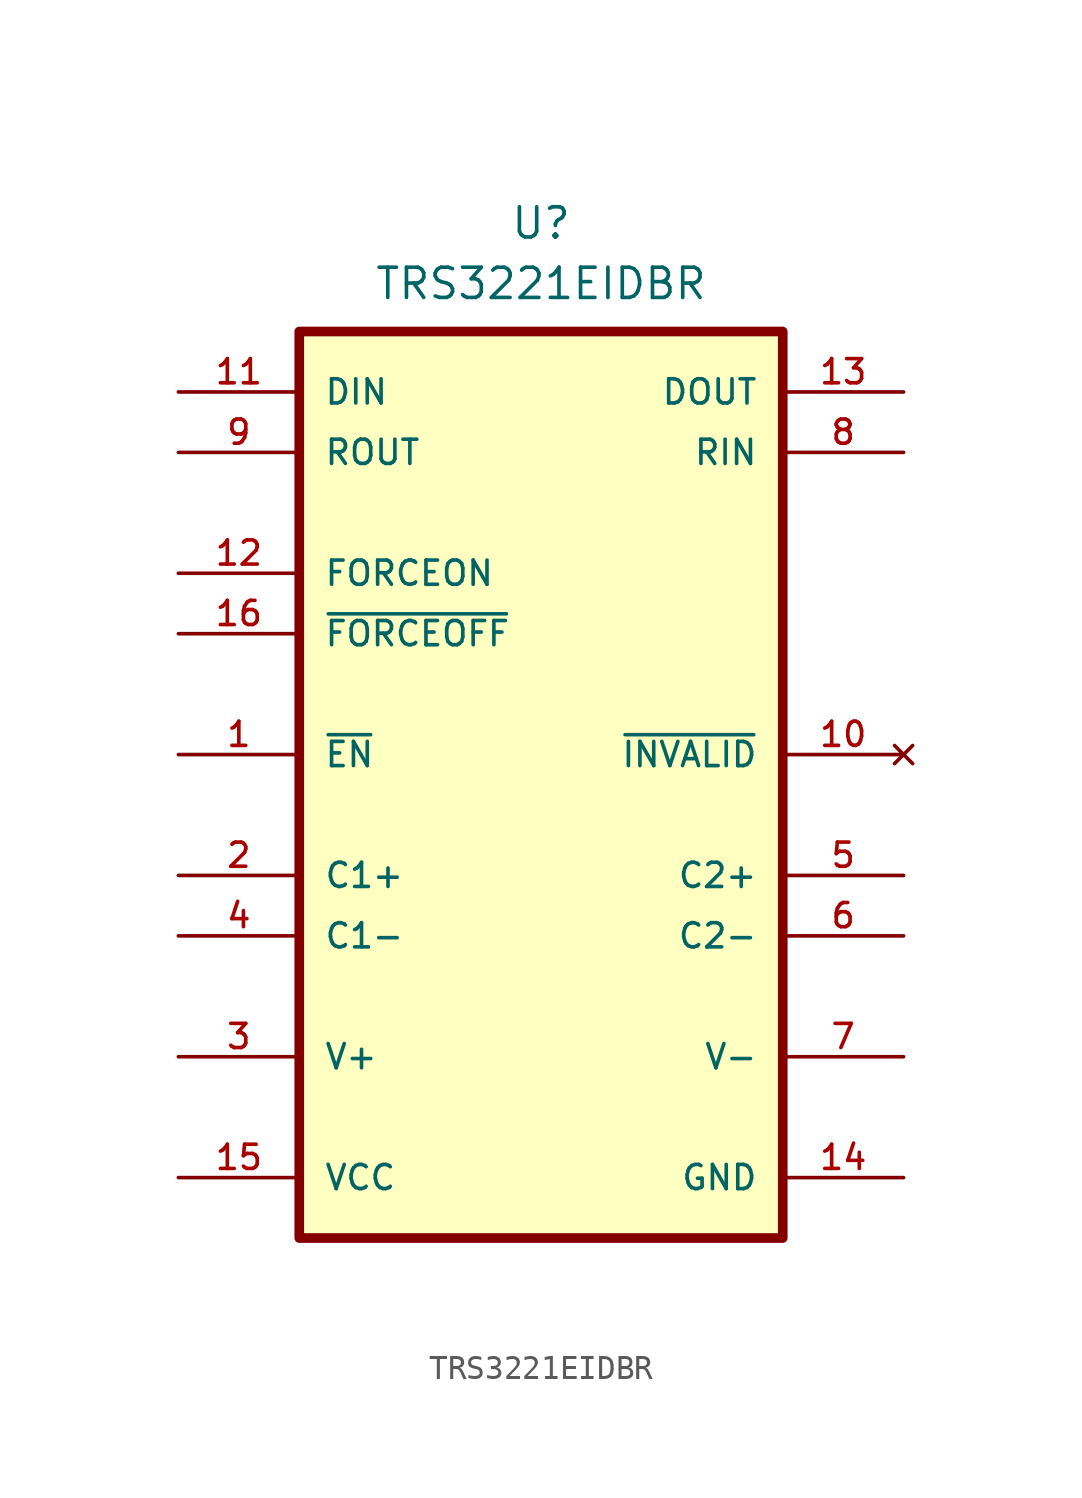
<source format=kicad_sym>
(kicad_symbol_lib
  (version 20241209)
  (generator "kicad_symbol_editor")
  (generator_version "9.0")
  (symbol "TRS3221EIDBR"
    (pin_names
      (offset 1.016))
    (property "Reference" "U"
      (at 15.24 6.35 0)
      (effects (font (size 1.27 1.27)) (justify bottom)))
    (property "Value" "TRS3221EIDBR"
      (at 15.24 3.81 0)
      (effects (font (size 1.27 1.27)) (justify bottom)))
    (symbol "TRS3221EIDBR_0_0"
      (rectangle (start 5.08 2.54) (end 25.4 -35.56) (stroke (width 0.406) (type default)) (fill (type background)))
      (pin input line (at 0 0 0) (length 5.08) (name "DIN" (effects (font (size 1.016 1.016)))) (number "11" (effects (font (size 1.016 1.016)))))
      (pin output line (at 0 -2.54 0) (length 5.08) (name "ROUT" (effects (font (size 1.016 1.016)))) (number "9" (effects (font (size 1.016 1.016)))))
      (pin input line (at 0 -7.62 0) (length 5.08) (name "FORCEON" (effects (font (size 1.016 1.016)))) (number "12" (effects (font (size 1.016 1.016)))))
      (pin input line (at 0 -20.32 0) (length 5.08) (name "C1+" (effects (font (size 1.016 1.016)))) (number "2" (effects (font (size 1.016 1.016)))))
      (pin input line (at 0 -22.86 0) (length 5.08) (name "C1-" (effects (font (size 1.016 1.016)))) (number "4" (effects (font (size 1.016 1.016)))))
      (pin input line (at 0 -27.94 0) (length 5.08) (name "V+" (effects (font (size 1.016 1.016)))) (number "3" (effects (font (size 1.016 1.016)))))
      (pin power_in line (at 0 -33.02 0) (length 5.08) (name "VCC" (effects (font (size 1.016 1.016)))) (number "15" (effects (font (size 1.016 1.016)))))
      (pin output line (at 30.48 0 180) (length 5.08) (name "DOUT" (effects (font (size 1.016 1.016)))) (number "13" (effects (font (size 1.016 1.016)))))
      (pin input line (at 30.48 -2.54 180) (length 5.08) (name "RIN" (effects (font (size 1.016 1.016)))) (number "8" (effects (font (size 1.016 1.016)))))
      (pin input line (at 30.48 -20.32 180) (length 5.08) (name "C2+" (effects (font (size 1.016 1.016)))) (number "5" (effects (font (size 1.016 1.016)))))
      (pin input line (at 30.48 -22.86 180) (length 5.08) (name "C2-" (effects (font (size 1.016 1.016)))) (number "6" (effects (font (size 1.016 1.016)))))
      (pin power_in line (at 30.48 -27.94 180) (length 5.08) (name "V-" (effects (font (size 1.016 1.016)))) (number "7" (effects (font (size 1.016 1.016)))))
      (pin passive line (at 30.48 -33.02 180) (length 5.08) (name "GND" (effects (font (size 1.016 1.016)))) (number "14" (effects (font (size 1.016 1.016))))))
    (symbol "TRS3221EIDBR_1_0"
      (pin input line (at 0 -10.16 0) (length 5.08) (name "~{FORCEOFF}" (effects (font (size 1.016 1.016)))) (number "16" (effects (font (size 1.016 1.016)))))
      (pin input line (at 0 -15.24 0) (length 5.08) (name "~{EN}" (effects (font (size 1.016 1.016)))) (number "1" (effects (font (size 1.016 1.016)))))
      (pin no_connect line (at 30.48 -15.24 180) (length 5.08) (name "~{INVALID}" (effects (font (size 1.016 1.016)))) (number "10" (effects (font (size 1.016 1.016))))))))
</source>
